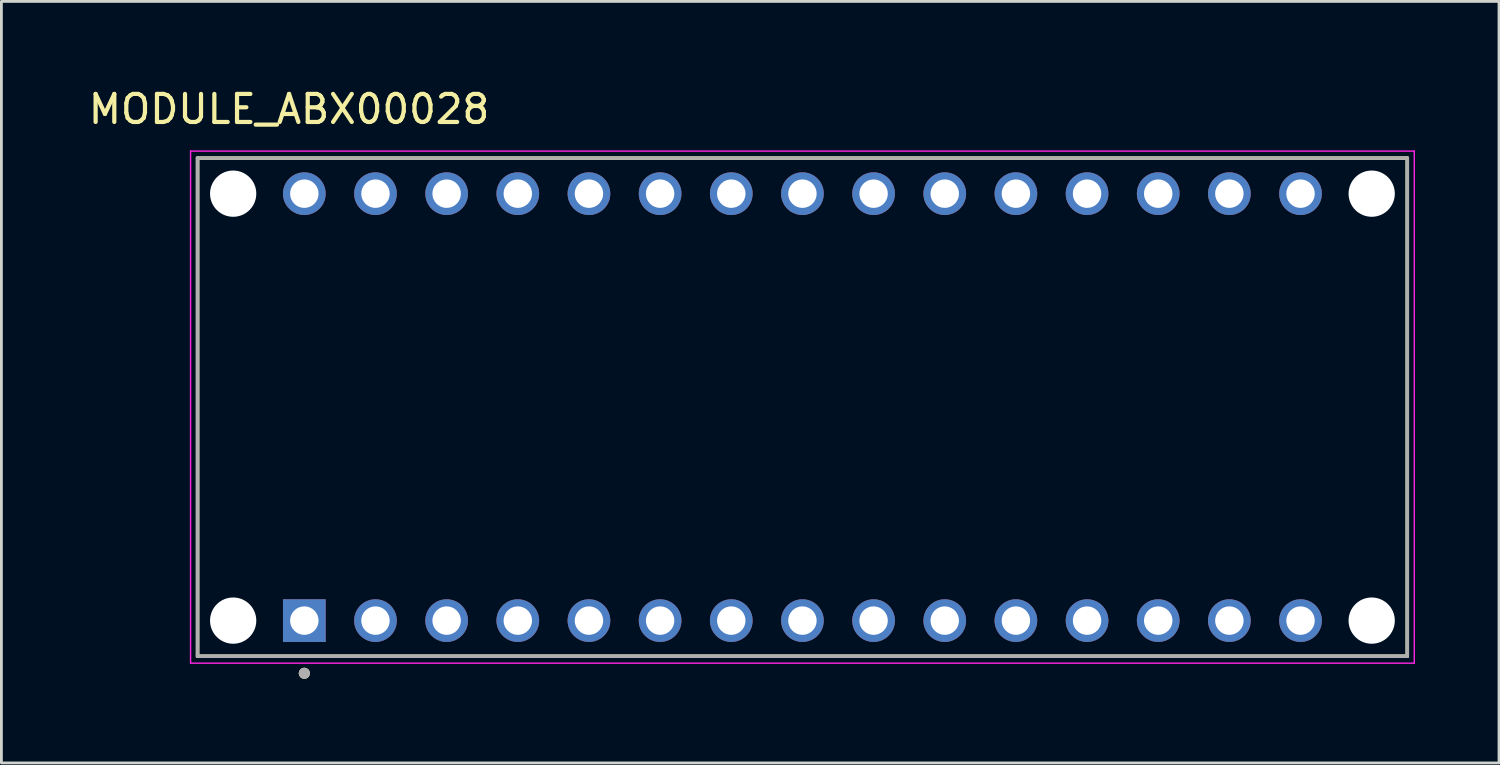
<source format=kicad_pcb>
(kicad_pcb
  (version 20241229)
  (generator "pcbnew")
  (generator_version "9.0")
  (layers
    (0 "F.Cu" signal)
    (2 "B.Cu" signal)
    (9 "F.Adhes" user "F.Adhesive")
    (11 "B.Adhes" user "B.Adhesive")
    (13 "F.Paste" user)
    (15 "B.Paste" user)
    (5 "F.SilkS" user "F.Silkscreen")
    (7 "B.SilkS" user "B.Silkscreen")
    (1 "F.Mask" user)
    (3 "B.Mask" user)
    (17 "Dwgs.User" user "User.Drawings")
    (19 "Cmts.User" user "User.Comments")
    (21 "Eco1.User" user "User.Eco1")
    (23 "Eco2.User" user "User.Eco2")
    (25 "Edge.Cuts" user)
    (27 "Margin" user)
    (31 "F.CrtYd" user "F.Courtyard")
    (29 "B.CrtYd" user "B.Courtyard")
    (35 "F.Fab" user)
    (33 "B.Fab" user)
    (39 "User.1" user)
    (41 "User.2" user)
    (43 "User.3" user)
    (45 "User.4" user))
  (footprint "MODULE_ABX00028"
    (layer "F.Cu")
    (at 25.593 11.483)
    (property "Reference" "MODULE_ABX00028" (at -18.325 -10.635 0) (layer "F.SilkS") (effects (font (size 1 1) (thickness 0.15))))
    (attr through_hole)
    (fp_line (start -21.59 -8.89) (end -21.59 8.89) (stroke (width 0.127) (type solid)) (layer "F.SilkS"))
    (fp_line (start -21.59 8.89) (end 21.59 8.89) (stroke (width 0.127) (type solid)) (layer "F.SilkS"))
    (fp_line (start 21.59 -8.89) (end -21.59 -8.89) (stroke (width 0.127) (type solid)) (layer "F.SilkS"))
    (fp_line (start 21.59 8.89) (end 21.59 -8.89) (stroke (width 0.127) (type solid)) (layer "F.SilkS"))
    (fp_circle (center -17.78 9.5) (end -17.68 9.5) (stroke (width 0.2) (type solid)) (fill no) (layer "F.SilkS"))
    (fp_line (start -21.84 -9.14) (end -21.84 9.14) (stroke (width 0.05) (type solid)) (layer "F.CrtYd"))
    (fp_line (start -21.84 9.14) (end 21.84 9.14) (stroke (width 0.05) (type solid)) (layer "F.CrtYd"))
    (fp_line (start 21.84 -9.14) (end -21.84 -9.14) (stroke (width 0.05) (type solid)) (layer "F.CrtYd"))
    (fp_line (start 21.84 9.14) (end 21.84 -9.14) (stroke (width 0.05) (type solid)) (layer "F.CrtYd"))
    (fp_line (start -21.59 -8.89) (end -21.59 8.89) (stroke (width 0.127) (type solid)) (layer "F.Fab"))
    (fp_line (start -21.59 8.89) (end 21.59 8.89) (stroke (width 0.127) (type solid)) (layer "F.Fab"))
    (fp_line (start 21.59 -8.89) (end -21.59 -8.89) (stroke (width 0.127) (type solid)) (layer "F.Fab"))
    (fp_line (start 21.59 8.89) (end 21.59 -8.89) (stroke (width 0.127) (type solid)) (layer "F.Fab"))
    (fp_circle (center -17.78 9.5) (end -17.68 9.5) (stroke (width 0.2) (type solid)) (fill no) (layer "F.Fab"))
    (pad "" np_thru_hole circle (at -20.32 -7.62) (size 1.651 1.651) (drill 1.651) (layers "*.Cu" "*.Mask"))
    (pad "" np_thru_hole circle (at -20.32 7.62) (size 1.651 1.651) (drill 1.651) (layers "*.Cu" "*.Mask"))
    (pad "" np_thru_hole circle (at 20.32 -7.62) (size 1.651 1.651) (drill 1.651) (layers "*.Cu" "*.Mask"))
    (pad "" np_thru_hole circle (at 20.32 7.62) (size 1.651 1.651) (drill 1.651) (layers "*.Cu" "*.Mask"))
    (pad "1" thru_hole rect (at -17.78 7.62) (size 1.524 1.524) (drill 1.016) (layers "*.Cu" "*.Mask"))
    (pad "2" thru_hole circle (at -15.24 7.62) (size 1.524 1.524) (drill 1.016) (layers "*.Cu" "*.Mask"))
    (pad "3" thru_hole circle (at -12.7 7.62) (size 1.524 1.524) (drill 1.016) (layers "*.Cu" "*.Mask"))
    (pad "4" thru_hole circle (at -10.16 7.62) (size 1.524 1.524) (drill 1.016) (layers "*.Cu" "*.Mask"))
    (pad "5" thru_hole circle (at -7.62 7.62) (size 1.524 1.524) (drill 1.016) (layers "*.Cu" "*.Mask"))
    (pad "6" thru_hole circle (at -5.08 7.62) (size 1.524 1.524) (drill 1.016) (layers "*.Cu" "*.Mask"))
    (pad "7" thru_hole circle (at -2.54 7.62) (size 1.524 1.524) (drill 1.016) (layers "*.Cu" "*.Mask"))
    (pad "8" thru_hole circle (at 0 7.62) (size 1.524 1.524) (drill 1.016) (layers "*.Cu" "*.Mask"))
    (pad "9" thru_hole circle (at 2.54 7.62) (size 1.524 1.524) (drill 1.016) (layers "*.Cu" "*.Mask"))
    (pad "10" thru_hole circle (at 5.08 7.62) (size 1.524 1.524) (drill 1.016) (layers "*.Cu" "*.Mask"))
    (pad "11" thru_hole circle (at 7.62 7.62) (size 1.524 1.524) (drill 1.016) (layers "*.Cu" "*.Mask"))
    (pad "12" thru_hole circle (at 10.16 7.62) (size 1.524 1.524) (drill 1.016) (layers "*.Cu" "*.Mask"))
    (pad "13" thru_hole circle (at 12.7 7.62) (size 1.524 1.524) (drill 1.016) (layers "*.Cu" "*.Mask"))
    (pad "14" thru_hole circle (at 15.24 7.62) (size 1.524 1.524) (drill 1.016) (layers "*.Cu" "*.Mask"))
    (pad "15" thru_hole circle (at 17.78 7.62) (size 1.524 1.524) (drill 1.016) (layers "*.Cu" "*.Mask"))
    (pad "16" thru_hole circle (at 17.78 -7.62) (size 1.524 1.524) (drill 1.016) (layers "*.Cu" "*.Mask"))
    (pad "17" thru_hole circle (at 15.24 -7.62) (size 1.524 1.524) (drill 1.016) (layers "*.Cu" "*.Mask"))
    (pad "18" thru_hole circle (at 12.7 -7.62) (size 1.524 1.524) (drill 1.016) (layers "*.Cu" "*.Mask"))
    (pad "19" thru_hole circle (at 10.16 -7.62) (size 1.524 1.524) (drill 1.016) (layers "*.Cu" "*.Mask"))
    (pad "20" thru_hole circle (at 7.62 -7.62) (size 1.524 1.524) (drill 1.016) (layers "*.Cu" "*.Mask"))
    (pad "21" thru_hole circle (at 5.08 -7.62) (size 1.524 1.524) (drill 1.016) (layers "*.Cu" "*.Mask"))
    (pad "22" thru_hole circle (at 2.54 -7.62) (size 1.524 1.524) (drill 1.016) (layers "*.Cu" "*.Mask"))
    (pad "23" thru_hole circle (at 0 -7.62) (size 1.524 1.524) (drill 1.016) (layers "*.Cu" "*.Mask"))
    (pad "24" thru_hole circle (at -2.54 -7.62) (size 1.524 1.524) (drill 1.016) (layers "*.Cu" "*.Mask"))
    (pad "25" thru_hole circle (at -5.08 -7.62) (size 1.524 1.524) (drill 1.016) (layers "*.Cu" "*.Mask"))
    (pad "26" thru_hole circle (at -7.62 -7.62) (size 1.524 1.524) (drill 1.016) (layers "*.Cu" "*.Mask"))
    (pad "27" thru_hole circle (at -10.16 -7.62) (size 1.524 1.524) (drill 1.016) (layers "*.Cu" "*.Mask"))
    (pad "28" thru_hole circle (at -12.7 -7.62) (size 1.524 1.524) (drill 1.016) (layers "*.Cu" "*.Mask"))
    (pad "29" thru_hole circle (at -15.24 -7.62) (size 1.524 1.524) (drill 1.016) (layers "*.Cu" "*.Mask"))
    (pad "30" thru_hole circle (at -17.78 -7.62) (size 1.524 1.524) (drill 1.016) (layers "*.Cu" "*.Mask")))
  (gr_rect
    (start -3 -3)
    (end 50.458 24.183)
    (stroke (width 0.1) (type default))
    (fill no)
    (layer "Edge.Cuts")))
</source>
